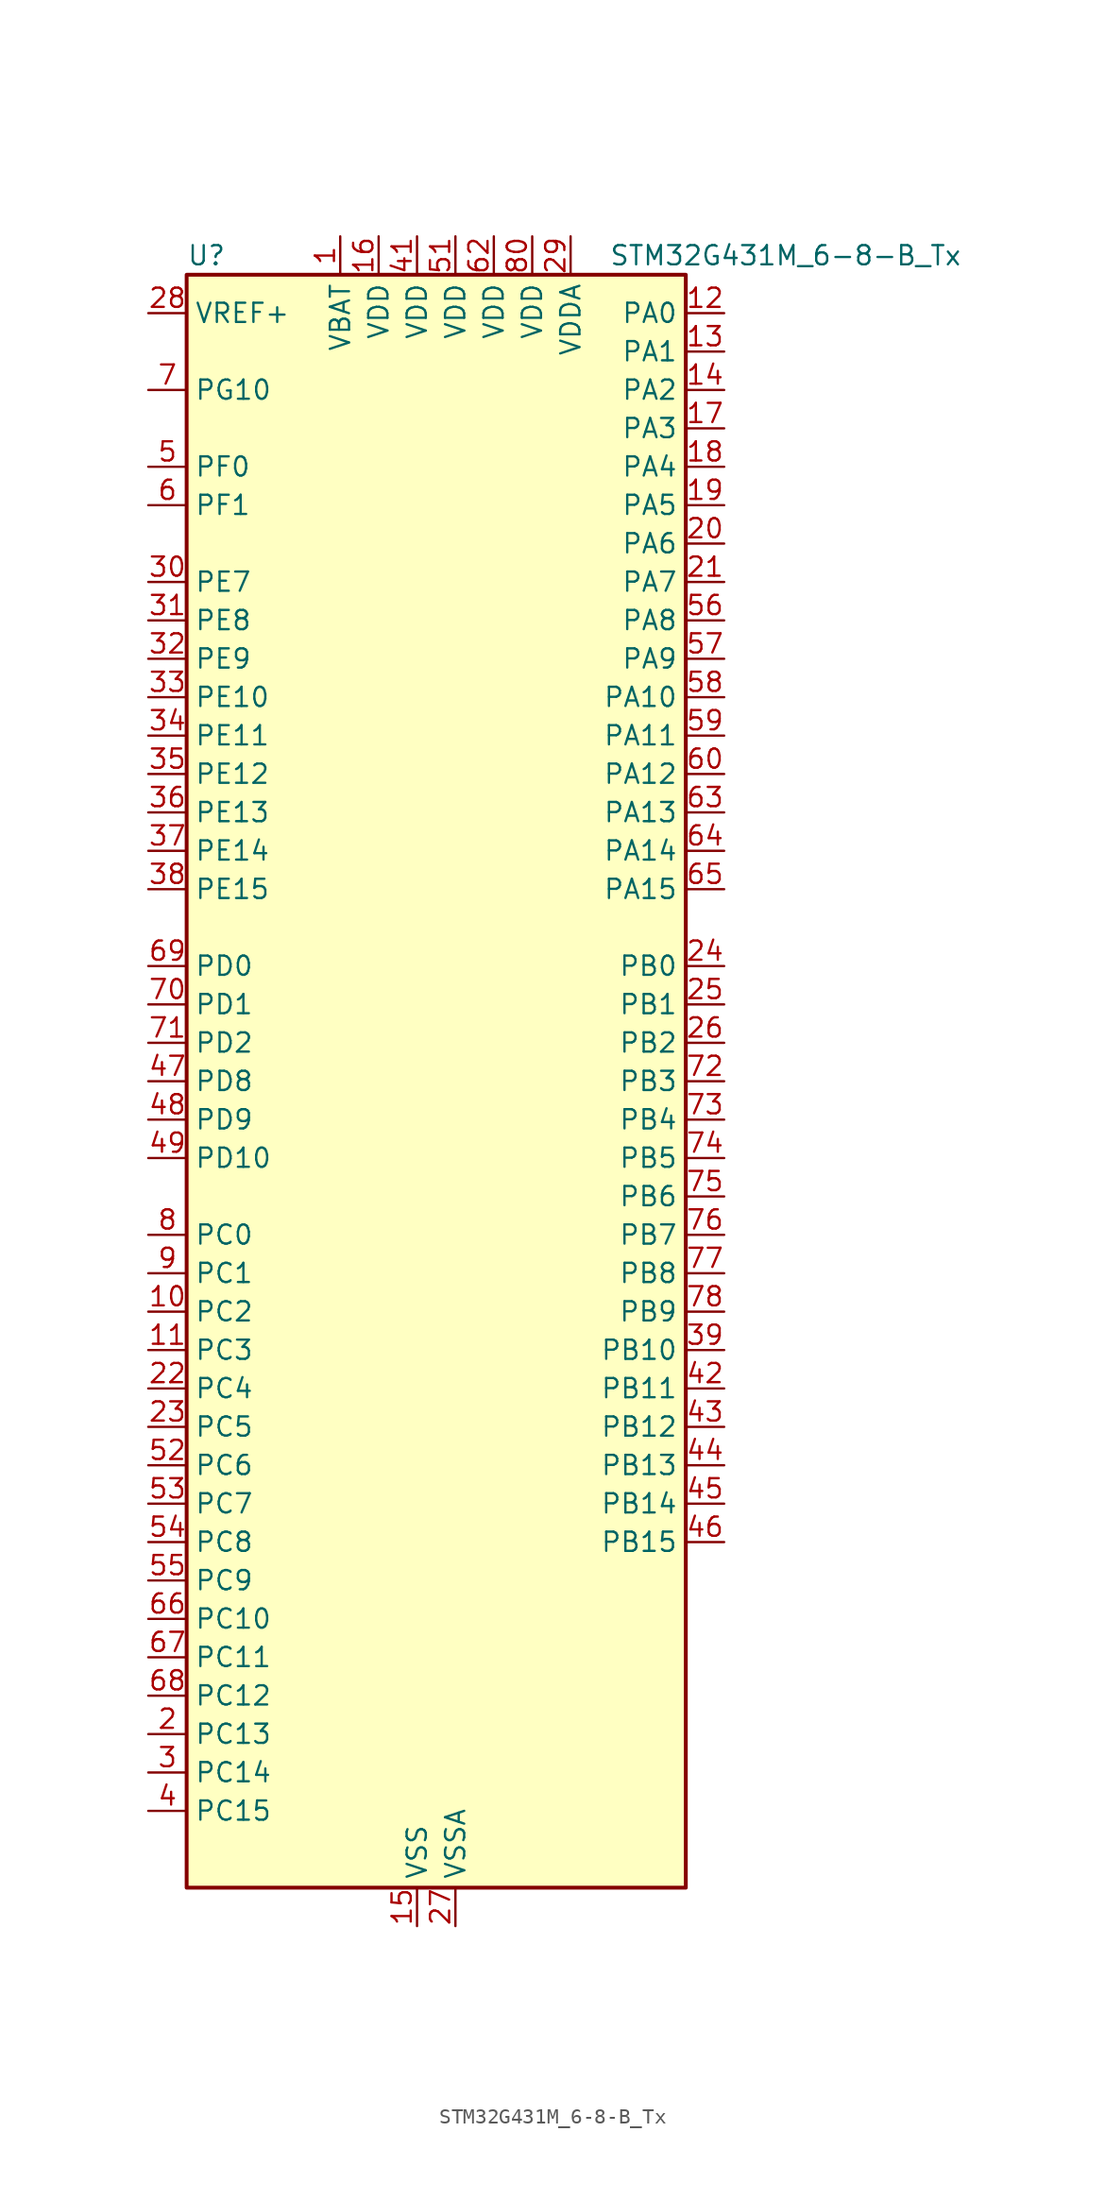
<source format=kicad_sym>
(kicad_symbol_lib
  (version 20220914)
  (generator kicad_symbol_editor)
  (symbol "STM32G431M_6-8-B_Tx"
    (property "Reference" "U"
      (at -15.24 54.61 0)
      (effects (font (size 1.27 1.27)) (justify left)))
    (property "Value" "STM32G431M_6-8-B_Tx"
      (at 12.7 54.61 0)
      (effects (font (size 1.27 1.27)) (justify left)))
    (property "ki_locked" ""
      (at 0 0 0)
      (effects (font (size 1.27 1.27))))
    (symbol "STM32G431M_6-8-B_Tx_0_1"
      (rectangle (start -15.24 -53.34) (end 17.78 53.34) (stroke (width 0.254) (type default)) (fill (type background))))
    (symbol "STM32G431M_6-8-B_Tx_1_1"
      (pin power_in line (at -5.08 55.88 270) (length 2.54) (name "VBAT" (effects (font (size 1.27 1.27)))) (number "1" (effects (font (size 1.27 1.27)))))
      (pin bidirectional line (at -17.78 -15.24 0) (length 2.54) (name "PC2" (effects (font (size 1.27 1.27)))) (number "10" (effects (font (size 1.27 1.27)))) (alternate "ADC1_IN8" bidirectional line) (alternate "ADC2_IN8" bidirectional line) (alternate "COMP3_OUT" bidirectional line) (alternate "LPTIM1_IN2" bidirectional line) (alternate "TIM1_CH3" bidirectional line))
      (pin bidirectional line (at -17.78 -17.78 0) (length 2.54) (name "PC3" (effects (font (size 1.27 1.27)))) (number "11" (effects (font (size 1.27 1.27)))) (alternate "ADC1_IN9" bidirectional line) (alternate "ADC2_IN9" bidirectional line) (alternate "LPTIM1_ETR" bidirectional line) (alternate "SAI1_D1" bidirectional line) (alternate "SAI1_SD_A" bidirectional line) (alternate "TIM1_BKIN2" bidirectional line) (alternate "TIM1_CH4" bidirectional line))
      (pin bidirectional line (at 20.32 50.8 180) (length 2.54) (name "PA0" (effects (font (size 1.27 1.27)))) (number "12" (effects (font (size 1.27 1.27)))) (alternate "ADC1_IN1" bidirectional line) (alternate "ADC2_IN1" bidirectional line) (alternate "COMP1_INM" bidirectional line) (alternate "COMP1_OUT" bidirectional line) (alternate "COMP3_INP" bidirectional line) (alternate "RTC_TAMP2" bidirectional line) (alternate "SYS_WKUP1" bidirectional line) (alternate "TIM2_CH1" bidirectional line) (alternate "TIM2_ETR" bidirectional line) (alternate "TIM8_BKIN" bidirectional line) (alternate "TIM8_ETR" bidirectional line) (alternate "USART2_CTS" bidirectional line) (alternate "USART2_NSS" bidirectional line))
      (pin bidirectional line (at 20.32 48.26 180) (length 2.54) (name "PA1" (effects (font (size 1.27 1.27)))) (number "13" (effects (font (size 1.27 1.27)))) (alternate "ADC1_IN2" bidirectional line) (alternate "ADC2_IN2" bidirectional line) (alternate "COMP1_INP" bidirectional line) (alternate "OPAMP1_VINP" bidirectional line) (alternate "OPAMP1_VINP_SEC" bidirectional line) (alternate "OPAMP3_VINP" bidirectional line) (alternate "OPAMP3_VINP_SEC" bidirectional line) (alternate "RTC_REFIN" bidirectional line) (alternate "TIM15_CH1N" bidirectional line) (alternate "TIM2_CH2" bidirectional line) (alternate "USART2_DE" bidirectional line) (alternate "USART2_RTS" bidirectional line))
      (pin bidirectional line (at 20.32 45.72 180) (length 2.54) (name "PA2" (effects (font (size 1.27 1.27)))) (number "14" (effects (font (size 1.27 1.27)))) (alternate "ADC1_IN3" bidirectional line) (alternate "COMP2_INM" bidirectional line) (alternate "COMP2_OUT" bidirectional line) (alternate "LPUART1_TX" bidirectional line) (alternate "OPAMP1_VOUT" bidirectional line) (alternate "RCC_LSCO" bidirectional line) (alternate "SYS_WKUP4" bidirectional line) (alternate "TIM15_CH1" bidirectional line) (alternate "TIM2_CH3" bidirectional line) (alternate "UCPD1_FRSTX1" bidirectional line) (alternate "UCPD1_FRSTX2" bidirectional line) (alternate "USART2_TX" bidirectional line))
      (pin power_in line (at 0 -55.88 90) (length 2.54) (name "VSS" (effects (font (size 1.27 1.27)))) (number "15" (effects (font (size 1.27 1.27)))))
      (pin power_in line (at -2.54 55.88 270) (length 2.54) (name "VDD" (effects (font (size 1.27 1.27)))) (number "16" (effects (font (size 1.27 1.27)))))
      (pin bidirectional line (at 20.32 43.18 180) (length 2.54) (name "PA3" (effects (font (size 1.27 1.27)))) (number "17" (effects (font (size 1.27 1.27)))) (alternate "ADC1_IN4" bidirectional line) (alternate "COMP2_INP" bidirectional line) (alternate "LPUART1_RX" bidirectional line) (alternate "OPAMP1_VINM" bidirectional line) (alternate "OPAMP1_VINM0" bidirectional line) (alternate "OPAMP1_VINM_SEC" bidirectional line) (alternate "OPAMP1_VINP" bidirectional line) (alternate "OPAMP1_VINP_SEC" bidirectional line) (alternate "SAI1_CK1" bidirectional line) (alternate "SAI1_MCLK_A" bidirectional line) (alternate "TIM15_CH2" bidirectional line) (alternate "TIM2_CH4" bidirectional line) (alternate "USART2_RX" bidirectional line))
      (pin bidirectional line (at 20.32 40.64 180) (length 2.54) (name "PA4" (effects (font (size 1.27 1.27)))) (number "18" (effects (font (size 1.27 1.27)))) (alternate "ADC2_IN17" bidirectional line) (alternate "COMP1_INM" bidirectional line) (alternate "DAC1_OUT1" bidirectional line) (alternate "I2S3_WS" bidirectional line) (alternate "SAI1_FS_B" bidirectional line) (alternate "SPI1_NSS" bidirectional line) (alternate "SPI3_NSS" bidirectional line) (alternate "TIM3_CH2" bidirectional line) (alternate "USART2_CK" bidirectional line))
      (pin bidirectional line (at 20.32 38.1 180) (length 2.54) (name "PA5" (effects (font (size 1.27 1.27)))) (number "19" (effects (font (size 1.27 1.27)))) (alternate "ADC2_IN13" bidirectional line) (alternate "COMP2_INM" bidirectional line) (alternate "DAC1_OUT2" bidirectional line) (alternate "OPAMP2_VINM" bidirectional line) (alternate "OPAMP2_VINM0" bidirectional line) (alternate "OPAMP2_VINM_SEC" bidirectional line) (alternate "SPI1_SCK" bidirectional line) (alternate "TIM2_CH1" bidirectional line) (alternate "TIM2_ETR" bidirectional line) (alternate "UCPD1_FRSTX1" bidirectional line) (alternate "UCPD1_FRSTX2" bidirectional line))
      (pin bidirectional line (at -17.78 -43.18 0) (length 2.54) (name "PC13" (effects (font (size 1.27 1.27)))) (number "2" (effects (font (size 1.27 1.27)))) (alternate "RTC_OUT1" bidirectional line) (alternate "RTC_TAMP1" bidirectional line) (alternate "RTC_TS" bidirectional line) (alternate "SYS_WKUP2" bidirectional line) (alternate "TIM1_BKIN" bidirectional line) (alternate "TIM1_CH1N" bidirectional line) (alternate "TIM8_CH4N" bidirectional line))
      (pin bidirectional line (at 20.32 35.56 180) (length 2.54) (name "PA6" (effects (font (size 1.27 1.27)))) (number "20" (effects (font (size 1.27 1.27)))) (alternate "ADC2_IN3" bidirectional line) (alternate "COMP1_OUT" bidirectional line) (alternate "LPUART1_CTS" bidirectional line) (alternate "OPAMP2_VOUT" bidirectional line) (alternate "SPI1_MISO" bidirectional line) (alternate "TIM16_CH1" bidirectional line) (alternate "TIM1_BKIN" bidirectional line) (alternate "TIM3_CH1" bidirectional line) (alternate "TIM8_BKIN" bidirectional line))
      (pin bidirectional line (at 20.32 33.02 180) (length 2.54) (name "PA7" (effects (font (size 1.27 1.27)))) (number "21" (effects (font (size 1.27 1.27)))) (alternate "ADC2_IN4" bidirectional line) (alternate "COMP2_INP" bidirectional line) (alternate "COMP2_OUT" bidirectional line) (alternate "OPAMP1_VINP" bidirectional line) (alternate "OPAMP1_VINP_SEC" bidirectional line) (alternate "OPAMP2_VINP" bidirectional line) (alternate "OPAMP2_VINP_SEC" bidirectional line) (alternate "SPI1_MOSI" bidirectional line) (alternate "TIM17_CH1" bidirectional line) (alternate "TIM1_CH1N" bidirectional line) (alternate "TIM3_CH2" bidirectional line) (alternate "TIM8_CH1N" bidirectional line) (alternate "UCPD1_FRSTX1" bidirectional line) (alternate "UCPD1_FRSTX2" bidirectional line))
      (pin bidirectional line (at -17.78 -20.32 0) (length 2.54) (name "PC4" (effects (font (size 1.27 1.27)))) (number "22" (effects (font (size 1.27 1.27)))) (alternate "ADC2_IN5" bidirectional line) (alternate "I2C2_SCL" bidirectional line) (alternate "TIM1_ETR" bidirectional line) (alternate "USART1_TX" bidirectional line))
      (pin bidirectional line (at -17.78 -22.86 0) (length 2.54) (name "PC5" (effects (font (size 1.27 1.27)))) (number "23" (effects (font (size 1.27 1.27)))) (alternate "ADC2_IN11" bidirectional line) (alternate "OPAMP1_VINM" bidirectional line) (alternate "OPAMP1_VINM1" bidirectional line) (alternate "OPAMP1_VINM_SEC" bidirectional line) (alternate "OPAMP2_VINM" bidirectional line) (alternate "OPAMP2_VINM1" bidirectional line) (alternate "OPAMP2_VINM_SEC" bidirectional line) (alternate "SAI1_D3" bidirectional line) (alternate "SYS_WKUP5" bidirectional line) (alternate "TIM15_BKIN" bidirectional line) (alternate "TIM1_CH4N" bidirectional line) (alternate "USART1_RX" bidirectional line))
      (pin bidirectional line (at 20.32 7.62 180) (length 2.54) (name "PB0" (effects (font (size 1.27 1.27)))) (number "24" (effects (font (size 1.27 1.27)))) (alternate "ADC1_IN15" bidirectional line) (alternate "COMP4_INP" bidirectional line) (alternate "OPAMP2_VINP" bidirectional line) (alternate "OPAMP2_VINP_SEC" bidirectional line) (alternate "OPAMP3_VINP" bidirectional line) (alternate "OPAMP3_VINP_SEC" bidirectional line) (alternate "TIM1_CH2N" bidirectional line) (alternate "TIM3_CH3" bidirectional line) (alternate "TIM8_CH2N" bidirectional line) (alternate "UCPD1_FRSTX1" bidirectional line) (alternate "UCPD1_FRSTX2" bidirectional line))
      (pin bidirectional line (at 20.32 5.08 180) (length 2.54) (name "PB1" (effects (font (size 1.27 1.27)))) (number "25" (effects (font (size 1.27 1.27)))) (alternate "ADC1_IN12" bidirectional line) (alternate "COMP1_INP" bidirectional line) (alternate "COMP4_OUT" bidirectional line) (alternate "LPUART1_DE" bidirectional line) (alternate "LPUART1_RTS" bidirectional line) (alternate "OPAMP3_VOUT" bidirectional line) (alternate "TIM1_CH3N" bidirectional line) (alternate "TIM3_CH4" bidirectional line) (alternate "TIM8_CH3N" bidirectional line))
      (pin bidirectional line (at 20.32 2.54 180) (length 2.54) (name "PB2" (effects (font (size 1.27 1.27)))) (number "26" (effects (font (size 1.27 1.27)))) (alternate "ADC2_IN12" bidirectional line) (alternate "COMP4_INM" bidirectional line) (alternate "I2C3_SMBA" bidirectional line) (alternate "LPTIM1_OUT" bidirectional line) (alternate "OPAMP3_VINM" bidirectional line) (alternate "OPAMP3_VINM0" bidirectional line) (alternate "OPAMP3_VINM_SEC" bidirectional line) (alternate "RTC_OUT2" bidirectional line))
      (pin power_in line (at 2.54 -55.88 90) (length 2.54) (name "VSSA" (effects (font (size 1.27 1.27)))) (number "27" (effects (font (size 1.27 1.27)))))
      (pin input line (at -17.78 50.8 0) (length 2.54) (name "VREF+" (effects (font (size 1.27 1.27)))) (number "28" (effects (font (size 1.27 1.27)))) (alternate "VREFBUF_OUT" bidirectional line))
      (pin power_in line (at 10.16 55.88 270) (length 2.54) (name "VDDA" (effects (font (size 1.27 1.27)))) (number "29" (effects (font (size 1.27 1.27)))))
      (pin bidirectional line (at -17.78 -45.72 0) (length 2.54) (name "PC14" (effects (font (size 1.27 1.27)))) (number "3" (effects (font (size 1.27 1.27)))) (alternate "RCC_OSC32_IN" bidirectional line))
      (pin bidirectional line (at -17.78 33.02 0) (length 2.54) (name "PE7" (effects (font (size 1.27 1.27)))) (number "30" (effects (font (size 1.27 1.27)))) (alternate "COMP4_INP" bidirectional line) (alternate "SAI1_SD_B" bidirectional line) (alternate "TIM1_ETR" bidirectional line))
      (pin bidirectional line (at -17.78 30.48 0) (length 2.54) (name "PE8" (effects (font (size 1.27 1.27)))) (number "31" (effects (font (size 1.27 1.27)))) (alternate "COMP4_INM" bidirectional line) (alternate "SAI1_SCK_B" bidirectional line) (alternate "TIM1_CH1N" bidirectional line))
      (pin bidirectional line (at -17.78 27.94 0) (length 2.54) (name "PE9" (effects (font (size 1.27 1.27)))) (number "32" (effects (font (size 1.27 1.27)))) (alternate "DAC1_EXTI9" bidirectional line) (alternate "DAC3_EXTI9" bidirectional line) (alternate "SAI1_FS_B" bidirectional line) (alternate "TIM1_CH1" bidirectional line))
      (pin bidirectional line (at -17.78 25.4 0) (length 2.54) (name "PE10" (effects (font (size 1.27 1.27)))) (number "33" (effects (font (size 1.27 1.27)))) (alternate "DAC1_EXTI10" bidirectional line) (alternate "DAC3_EXTI10" bidirectional line) (alternate "SAI1_MCLK_B" bidirectional line) (alternate "TIM1_CH2N" bidirectional line))
      (pin bidirectional line (at -17.78 22.86 0) (length 2.54) (name "PE11" (effects (font (size 1.27 1.27)))) (number "34" (effects (font (size 1.27 1.27)))) (alternate "ADC1_EXTI11" bidirectional line) (alternate "ADC2_EXTI11" bidirectional line) (alternate "TIM1_CH2" bidirectional line))
      (pin bidirectional line (at -17.78 20.32 0) (length 2.54) (name "PE12" (effects (font (size 1.27 1.27)))) (number "35" (effects (font (size 1.27 1.27)))) (alternate "TIM1_CH3N" bidirectional line))
      (pin bidirectional line (at -17.78 17.78 0) (length 2.54) (name "PE13" (effects (font (size 1.27 1.27)))) (number "36" (effects (font (size 1.27 1.27)))) (alternate "TIM1_CH3" bidirectional line))
      (pin bidirectional line (at -17.78 15.24 0) (length 2.54) (name "PE14" (effects (font (size 1.27 1.27)))) (number "37" (effects (font (size 1.27 1.27)))) (alternate "TIM1_BKIN2" bidirectional line) (alternate "TIM1_CH4" bidirectional line))
      (pin bidirectional line (at -17.78 12.7 0) (length 2.54) (name "PE15" (effects (font (size 1.27 1.27)))) (number "38" (effects (font (size 1.27 1.27)))) (alternate "ADC1_EXTI15" bidirectional line) (alternate "ADC2_EXTI15" bidirectional line) (alternate "TIM1_BKIN" bidirectional line) (alternate "TIM1_CH4N" bidirectional line) (alternate "USART3_RX" bidirectional line))
      (pin bidirectional line (at 20.32 -17.78 180) (length 2.54) (name "PB10" (effects (font (size 1.27 1.27)))) (number "39" (effects (font (size 1.27 1.27)))) (alternate "DAC1_EXTI10" bidirectional line) (alternate "DAC3_EXTI10" bidirectional line) (alternate "LPUART1_RX" bidirectional line) (alternate "OPAMP3_VINM" bidirectional line) (alternate "OPAMP3_VINM1" bidirectional line) (alternate "OPAMP3_VINM_SEC" bidirectional line) (alternate "SAI1_SCK_A" bidirectional line) (alternate "TIM1_BKIN" bidirectional line) (alternate "TIM2_CH3" bidirectional line) (alternate "USART3_TX" bidirectional line))
      (pin bidirectional line (at -17.78 -48.26 0) (length 2.54) (name "PC15" (effects (font (size 1.27 1.27)))) (number "4" (effects (font (size 1.27 1.27)))) (alternate "ADC1_EXTI15" bidirectional line) (alternate "ADC2_EXTI15" bidirectional line) (alternate "RCC_OSC32_OUT" bidirectional line))
      (pin passive line (at 0 -55.88 90) (length 2.54) hide (name "VSS" (effects (font (size 1.27 1.27)))) (number "40" (effects (font (size 1.27 1.27)))))
      (pin power_in line (at 0 55.88 270) (length 2.54) (name "VDD" (effects (font (size 1.27 1.27)))) (number "41" (effects (font (size 1.27 1.27)))))
      (pin bidirectional line (at 20.32 -20.32 180) (length 2.54) (name "PB11" (effects (font (size 1.27 1.27)))) (number "42" (effects (font (size 1.27 1.27)))) (alternate "ADC1_EXTI11" bidirectional line) (alternate "ADC1_IN14" bidirectional line) (alternate "ADC2_EXTI11" bidirectional line) (alternate "ADC2_IN14" bidirectional line) (alternate "LPUART1_TX" bidirectional line) (alternate "TIM2_CH4" bidirectional line) (alternate "USART3_RX" bidirectional line))
      (pin bidirectional line (at 20.32 -22.86 180) (length 2.54) (name "PB12" (effects (font (size 1.27 1.27)))) (number "43" (effects (font (size 1.27 1.27)))) (alternate "ADC1_IN11" bidirectional line) (alternate "I2C2_SMBA" bidirectional line) (alternate "I2S2_WS" bidirectional line) (alternate "LPUART1_DE" bidirectional line) (alternate "LPUART1_RTS" bidirectional line) (alternate "SPI2_NSS" bidirectional line) (alternate "TIM1_BKIN" bidirectional line) (alternate "USART3_CK" bidirectional line))
      (pin bidirectional line (at 20.32 -25.4 180) (length 2.54) (name "PB13" (effects (font (size 1.27 1.27)))) (number "44" (effects (font (size 1.27 1.27)))) (alternate "I2S2_CK" bidirectional line) (alternate "LPUART1_CTS" bidirectional line) (alternate "OPAMP3_VINP" bidirectional line) (alternate "OPAMP3_VINP_SEC" bidirectional line) (alternate "SPI2_SCK" bidirectional line) (alternate "TIM1_CH1N" bidirectional line) (alternate "USART3_CTS" bidirectional line) (alternate "USART3_NSS" bidirectional line))
      (pin bidirectional line (at 20.32 -27.94 180) (length 2.54) (name "PB14" (effects (font (size 1.27 1.27)))) (number "45" (effects (font (size 1.27 1.27)))) (alternate "ADC1_IN5" bidirectional line) (alternate "COMP4_OUT" bidirectional line) (alternate "OPAMP2_VINP" bidirectional line) (alternate "OPAMP2_VINP_SEC" bidirectional line) (alternate "SPI2_MISO" bidirectional line) (alternate "TIM15_CH1" bidirectional line) (alternate "TIM1_CH2N" bidirectional line) (alternate "USART3_DE" bidirectional line) (alternate "USART3_RTS" bidirectional line))
      (pin bidirectional line (at 20.32 -30.48 180) (length 2.54) (name "PB15" (effects (font (size 1.27 1.27)))) (number "46" (effects (font (size 1.27 1.27)))) (alternate "ADC1_EXTI15" bidirectional line) (alternate "ADC2_EXTI15" bidirectional line) (alternate "ADC2_IN15" bidirectional line) (alternate "COMP3_OUT" bidirectional line) (alternate "I2S2_SD" bidirectional line) (alternate "RTC_REFIN" bidirectional line) (alternate "SPI2_MOSI" bidirectional line) (alternate "TIM15_CH1N" bidirectional line) (alternate "TIM15_CH2" bidirectional line) (alternate "TIM1_CH3N" bidirectional line))
      (pin bidirectional line (at -17.78 0 0) (length 2.54) (name "PD8" (effects (font (size 1.27 1.27)))) (number "47" (effects (font (size 1.27 1.27)))) (alternate "USART3_TX" bidirectional line))
      (pin bidirectional line (at -17.78 -2.54 0) (length 2.54) (name "PD9" (effects (font (size 1.27 1.27)))) (number "48" (effects (font (size 1.27 1.27)))) (alternate "DAC1_EXTI9" bidirectional line) (alternate "DAC3_EXTI9" bidirectional line) (alternate "USART3_RX" bidirectional line))
      (pin bidirectional line (at -17.78 -5.08 0) (length 2.54) (name "PD10" (effects (font (size 1.27 1.27)))) (number "49" (effects (font (size 1.27 1.27)))) (alternate "DAC1_EXTI10" bidirectional line) (alternate "DAC3_EXTI10" bidirectional line) (alternate "USART3_CK" bidirectional line))
      (pin bidirectional line (at -17.78 40.64 0) (length 2.54) (name "PF0" (effects (font (size 1.27 1.27)))) (number "5" (effects (font (size 1.27 1.27)))) (alternate "ADC1_IN10" bidirectional line) (alternate "I2C2_SDA" bidirectional line) (alternate "I2S2_WS" bidirectional line) (alternate "RCC_OSC_IN" bidirectional line) (alternate "SPI2_NSS" bidirectional line) (alternate "TIM1_CH3N" bidirectional line))
      (pin passive line (at 0 -55.88 90) (length 2.54) hide (name "VSS" (effects (font (size 1.27 1.27)))) (number "50" (effects (font (size 1.27 1.27)))))
      (pin power_in line (at 2.54 55.88 270) (length 2.54) (name "VDD" (effects (font (size 1.27 1.27)))) (number "51" (effects (font (size 1.27 1.27)))))
      (pin bidirectional line (at -17.78 -25.4 0) (length 2.54) (name "PC6" (effects (font (size 1.27 1.27)))) (number "52" (effects (font (size 1.27 1.27)))) (alternate "I2S2_MCK" bidirectional line) (alternate "TIM3_CH1" bidirectional line) (alternate "TIM8_CH1" bidirectional line))
      (pin bidirectional line (at -17.78 -27.94 0) (length 2.54) (name "PC7" (effects (font (size 1.27 1.27)))) (number "53" (effects (font (size 1.27 1.27)))) (alternate "I2S3_MCK" bidirectional line) (alternate "TIM3_CH2" bidirectional line) (alternate "TIM8_CH2" bidirectional line))
      (pin bidirectional line (at -17.78 -30.48 0) (length 2.54) (name "PC8" (effects (font (size 1.27 1.27)))) (number "54" (effects (font (size 1.27 1.27)))) (alternate "I2C3_SCL" bidirectional line) (alternate "TIM3_CH3" bidirectional line) (alternate "TIM8_CH3" bidirectional line))
      (pin bidirectional line (at -17.78 -33.02 0) (length 2.54) (name "PC9" (effects (font (size 1.27 1.27)))) (number "55" (effects (font (size 1.27 1.27)))) (alternate "DAC1_EXTI9" bidirectional line) (alternate "DAC3_EXTI9" bidirectional line) (alternate "I2C3_SDA" bidirectional line) (alternate "I2S_CKIN" bidirectional line) (alternate "TIM3_CH4" bidirectional line) (alternate "TIM8_BKIN2" bidirectional line) (alternate "TIM8_CH4" bidirectional line))
      (pin bidirectional line (at 20.32 30.48 180) (length 2.54) (name "PA8" (effects (font (size 1.27 1.27)))) (number "56" (effects (font (size 1.27 1.27)))) (alternate "I2C2_SDA" bidirectional line) (alternate "I2C3_SCL" bidirectional line) (alternate "I2S2_MCK" bidirectional line) (alternate "RCC_MCO" bidirectional line) (alternate "SAI1_CK2" bidirectional line) (alternate "SAI1_SCK_A" bidirectional line) (alternate "TIM1_CH1" bidirectional line) (alternate "TIM4_ETR" bidirectional line) (alternate "USART1_CK" bidirectional line))
      (pin bidirectional line (at 20.32 27.94 180) (length 2.54) (name "PA9" (effects (font (size 1.27 1.27)))) (number "57" (effects (font (size 1.27 1.27)))) (alternate "DAC1_EXTI9" bidirectional line) (alternate "DAC3_EXTI9" bidirectional line) (alternate "I2C2_SCL" bidirectional line) (alternate "I2C3_SMBA" bidirectional line) (alternate "I2S3_MCK" bidirectional line) (alternate "SAI1_FS_A" bidirectional line) (alternate "TIM15_BKIN" bidirectional line) (alternate "TIM1_CH2" bidirectional line) (alternate "TIM2_CH3" bidirectional line) (alternate "UCPD1_DBCC1" bidirectional line) (alternate "USART1_TX" bidirectional line))
      (pin bidirectional line (at 20.32 25.4 180) (length 2.54) (name "PA10" (effects (font (size 1.27 1.27)))) (number "58" (effects (font (size 1.27 1.27)))) (alternate "CRS_SYNC" bidirectional line) (alternate "DAC1_EXTI10" bidirectional line) (alternate "DAC3_EXTI10" bidirectional line) (alternate "I2C2_SMBA" bidirectional line) (alternate "SAI1_D1" bidirectional line) (alternate "SAI1_SD_A" bidirectional line) (alternate "SPI2_MISO" bidirectional line) (alternate "TIM17_BKIN" bidirectional line) (alternate "TIM1_CH3" bidirectional line) (alternate "TIM2_CH4" bidirectional line) (alternate "TIM8_BKIN" bidirectional line) (alternate "UCPD1_DBCC2" bidirectional line) (alternate "USART1_RX" bidirectional line))
      (pin bidirectional line (at 20.32 22.86 180) (length 2.54) (name "PA11" (effects (font (size 1.27 1.27)))) (number "59" (effects (font (size 1.27 1.27)))) (alternate "ADC1_EXTI11" bidirectional line) (alternate "ADC2_EXTI11" bidirectional line) (alternate "COMP1_OUT" bidirectional line) (alternate "FDCAN1_RX" bidirectional line) (alternate "I2S2_SD" bidirectional line) (alternate "SPI2_MOSI" bidirectional line) (alternate "TIM1_BKIN2" bidirectional line) (alternate "TIM1_CH1N" bidirectional line) (alternate "TIM1_CH4" bidirectional line) (alternate "TIM4_CH1" bidirectional line) (alternate "USART1_CTS" bidirectional line) (alternate "USART1_NSS" bidirectional line) (alternate "USB_DM" bidirectional line))
      (pin bidirectional line (at -17.78 38.1 0) (length 2.54) (name "PF1" (effects (font (size 1.27 1.27)))) (number "6" (effects (font (size 1.27 1.27)))) (alternate "ADC2_IN10" bidirectional line) (alternate "COMP3_INM" bidirectional line) (alternate "I2S2_CK" bidirectional line) (alternate "RCC_OSC_OUT" bidirectional line) (alternate "SPI2_SCK" bidirectional line))
      (pin bidirectional line (at 20.32 20.32 180) (length 2.54) (name "PA12" (effects (font (size 1.27 1.27)))) (number "60" (effects (font (size 1.27 1.27)))) (alternate "COMP2_OUT" bidirectional line) (alternate "FDCAN1_TX" bidirectional line) (alternate "I2S_CKIN" bidirectional line) (alternate "TIM16_CH1" bidirectional line) (alternate "TIM1_CH2N" bidirectional line) (alternate "TIM1_ETR" bidirectional line) (alternate "TIM4_CH2" bidirectional line) (alternate "USART1_DE" bidirectional line) (alternate "USART1_RTS" bidirectional line) (alternate "USB_DP" bidirectional line))
      (pin passive line (at 0 -55.88 90) (length 2.54) hide (name "VSS" (effects (font (size 1.27 1.27)))) (number "61" (effects (font (size 1.27 1.27)))))
      (pin power_in line (at 5.08 55.88 270) (length 2.54) (name "VDD" (effects (font (size 1.27 1.27)))) (number "62" (effects (font (size 1.27 1.27)))))
      (pin bidirectional line (at 20.32 17.78 180) (length 2.54) (name "PA13" (effects (font (size 1.27 1.27)))) (number "63" (effects (font (size 1.27 1.27)))) (alternate "I2C1_SCL" bidirectional line) (alternate "IR_OUT" bidirectional line) (alternate "SAI1_SD_B" bidirectional line) (alternate "SYS_JTMS-SWDIO" bidirectional line) (alternate "TIM16_CH1N" bidirectional line) (alternate "TIM4_CH3" bidirectional line) (alternate "USART3_CTS" bidirectional line) (alternate "USART3_NSS" bidirectional line))
      (pin bidirectional line (at 20.32 15.24 180) (length 2.54) (name "PA14" (effects (font (size 1.27 1.27)))) (number "64" (effects (font (size 1.27 1.27)))) (alternate "I2C1_SDA" bidirectional line) (alternate "LPTIM1_OUT" bidirectional line) (alternate "SAI1_FS_B" bidirectional line) (alternate "SYS_JTCK-SWCLK" bidirectional line) (alternate "TIM1_BKIN" bidirectional line) (alternate "TIM8_CH2" bidirectional line) (alternate "USART2_TX" bidirectional line))
      (pin bidirectional line (at 20.32 12.7 180) (length 2.54) (name "PA15" (effects (font (size 1.27 1.27)))) (number "65" (effects (font (size 1.27 1.27)))) (alternate "ADC1_EXTI15" bidirectional line) (alternate "ADC2_EXTI15" bidirectional line) (alternate "I2C1_SCL" bidirectional line) (alternate "I2S3_WS" bidirectional line) (alternate "SPI1_NSS" bidirectional line) (alternate "SPI3_NSS" bidirectional line) (alternate "SYS_JTDI" bidirectional line) (alternate "TIM1_BKIN" bidirectional line) (alternate "TIM2_CH1" bidirectional line) (alternate "TIM2_ETR" bidirectional line) (alternate "TIM8_CH1" bidirectional line) (alternate "UART4_DE" bidirectional line) (alternate "UART4_RTS" bidirectional line) (alternate "USART2_RX" bidirectional line))
      (pin bidirectional line (at -17.78 -35.56 0) (length 2.54) (name "PC10" (effects (font (size 1.27 1.27)))) (number "66" (effects (font (size 1.27 1.27)))) (alternate "DAC1_EXTI10" bidirectional line) (alternate "DAC3_EXTI10" bidirectional line) (alternate "I2S3_CK" bidirectional line) (alternate "SPI3_SCK" bidirectional line) (alternate "TIM8_CH1N" bidirectional line) (alternate "UART4_TX" bidirectional line) (alternate "USART3_TX" bidirectional line))
      (pin bidirectional line (at -17.78 -38.1 0) (length 2.54) (name "PC11" (effects (font (size 1.27 1.27)))) (number "67" (effects (font (size 1.27 1.27)))) (alternate "ADC1_EXTI11" bidirectional line) (alternate "ADC2_EXTI11" bidirectional line) (alternate "I2C3_SDA" bidirectional line) (alternate "SPI3_MISO" bidirectional line) (alternate "TIM8_CH2N" bidirectional line) (alternate "UART4_RX" bidirectional line) (alternate "USART3_RX" bidirectional line))
      (pin bidirectional line (at -17.78 -40.64 0) (length 2.54) (name "PC12" (effects (font (size 1.27 1.27)))) (number "68" (effects (font (size 1.27 1.27)))) (alternate "I2S3_SD" bidirectional line) (alternate "SPI3_MOSI" bidirectional line) (alternate "TIM8_CH3N" bidirectional line) (alternate "UCPD1_FRSTX1" bidirectional line) (alternate "UCPD1_FRSTX2" bidirectional line) (alternate "USART3_CK" bidirectional line))
      (pin bidirectional line (at -17.78 7.62 0) (length 2.54) (name "PD0" (effects (font (size 1.27 1.27)))) (number "69" (effects (font (size 1.27 1.27)))) (alternate "FDCAN1_RX" bidirectional line) (alternate "TIM8_CH4N" bidirectional line))
      (pin bidirectional line (at -17.78 45.72 0) (length 2.54) (name "PG10" (effects (font (size 1.27 1.27)))) (number "7" (effects (font (size 1.27 1.27)))) (alternate "DAC1_EXTI10" bidirectional line) (alternate "DAC3_EXTI10" bidirectional line) (alternate "RCC_MCO" bidirectional line))
      (pin bidirectional line (at -17.78 5.08 0) (length 2.54) (name "PD1" (effects (font (size 1.27 1.27)))) (number "70" (effects (font (size 1.27 1.27)))) (alternate "FDCAN1_TX" bidirectional line) (alternate "TIM8_BKIN2" bidirectional line) (alternate "TIM8_CH4" bidirectional line))
      (pin bidirectional line (at -17.78 2.54 0) (length 2.54) (name "PD2" (effects (font (size 1.27 1.27)))) (number "71" (effects (font (size 1.27 1.27)))) (alternate "TIM3_ETR" bidirectional line) (alternate "TIM8_BKIN" bidirectional line))
      (pin bidirectional line (at 20.32 0 180) (length 2.54) (name "PB3" (effects (font (size 1.27 1.27)))) (number "72" (effects (font (size 1.27 1.27)))) (alternate "CRS_SYNC" bidirectional line) (alternate "I2S3_CK" bidirectional line) (alternate "SAI1_SCK_B" bidirectional line) (alternate "SPI1_SCK" bidirectional line) (alternate "SPI3_SCK" bidirectional line) (alternate "SYS_JTDO-SWO" bidirectional line) (alternate "TIM2_CH2" bidirectional line) (alternate "TIM3_ETR" bidirectional line) (alternate "TIM4_ETR" bidirectional line) (alternate "TIM8_CH1N" bidirectional line) (alternate "USART2_TX" bidirectional line))
      (pin bidirectional line (at 20.32 -2.54 180) (length 2.54) (name "PB4" (effects (font (size 1.27 1.27)))) (number "73" (effects (font (size 1.27 1.27)))) (alternate "SAI1_MCLK_B" bidirectional line) (alternate "SPI1_MISO" bidirectional line) (alternate "SPI3_MISO" bidirectional line) (alternate "SYS_JTRST" bidirectional line) (alternate "TIM16_CH1" bidirectional line) (alternate "TIM17_BKIN" bidirectional line) (alternate "TIM3_CH1" bidirectional line) (alternate "TIM8_CH2N" bidirectional line) (alternate "UCPD1_CC2" bidirectional line) (alternate "USART2_RX" bidirectional line))
      (pin bidirectional line (at 20.32 -5.08 180) (length 2.54) (name "PB5" (effects (font (size 1.27 1.27)))) (number "74" (effects (font (size 1.27 1.27)))) (alternate "I2C1_SMBA" bidirectional line) (alternate "I2C3_SDA" bidirectional line) (alternate "I2S3_SD" bidirectional line) (alternate "LPTIM1_IN1" bidirectional line) (alternate "SAI1_SD_B" bidirectional line) (alternate "SPI1_MOSI" bidirectional line) (alternate "SPI3_MOSI" bidirectional line) (alternate "TIM16_BKIN" bidirectional line) (alternate "TIM17_CH1" bidirectional line) (alternate "TIM3_CH2" bidirectional line) (alternate "TIM8_CH3N" bidirectional line) (alternate "USART2_CK" bidirectional line))
      (pin bidirectional line (at 20.32 -7.62 180) (length 2.54) (name "PB6" (effects (font (size 1.27 1.27)))) (number "75" (effects (font (size 1.27 1.27)))) (alternate "COMP4_OUT" bidirectional line) (alternate "LPTIM1_ETR" bidirectional line) (alternate "SAI1_FS_B" bidirectional line) (alternate "TIM16_CH1N" bidirectional line) (alternate "TIM4_CH1" bidirectional line) (alternate "TIM8_BKIN2" bidirectional line) (alternate "TIM8_CH1" bidirectional line) (alternate "TIM8_ETR" bidirectional line) (alternate "UCPD1_CC1" bidirectional line) (alternate "USART1_TX" bidirectional line))
      (pin bidirectional line (at 20.32 -10.16 180) (length 2.54) (name "PB7" (effects (font (size 1.27 1.27)))) (number "76" (effects (font (size 1.27 1.27)))) (alternate "COMP3_OUT" bidirectional line) (alternate "I2C1_SDA" bidirectional line) (alternate "LPTIM1_IN2" bidirectional line) (alternate "SYS_PVD_IN" bidirectional line) (alternate "TIM17_CH1N" bidirectional line) (alternate "TIM3_CH4" bidirectional line) (alternate "TIM4_CH2" bidirectional line) (alternate "TIM8_BKIN" bidirectional line) (alternate "UART4_CTS" bidirectional line) (alternate "USART1_RX" bidirectional line))
      (pin bidirectional line (at 20.32 -12.7 180) (length 2.54) (name "PB8" (effects (font (size 1.27 1.27)))) (number "77" (effects (font (size 1.27 1.27)))) (alternate "COMP1_OUT" bidirectional line) (alternate "FDCAN1_RX" bidirectional line) (alternate "I2C1_SCL" bidirectional line) (alternate "SAI1_CK1" bidirectional line) (alternate "SAI1_MCLK_A" bidirectional line) (alternate "TIM16_CH1" bidirectional line) (alternate "TIM1_BKIN" bidirectional line) (alternate "TIM4_CH3" bidirectional line) (alternate "TIM8_CH2" bidirectional line) (alternate "USART3_RX" bidirectional line))
      (pin bidirectional line (at 20.32 -15.24 180) (length 2.54) (name "PB9" (effects (font (size 1.27 1.27)))) (number "78" (effects (font (size 1.27 1.27)))) (alternate "COMP2_OUT" bidirectional line) (alternate "DAC1_EXTI9" bidirectional line) (alternate "DAC3_EXTI9" bidirectional line) (alternate "FDCAN1_TX" bidirectional line) (alternate "I2C1_SDA" bidirectional line) (alternate "IR_OUT" bidirectional line) (alternate "SAI1_D2" bidirectional line) (alternate "SAI1_FS_A" bidirectional line) (alternate "TIM17_CH1" bidirectional line) (alternate "TIM1_CH3N" bidirectional line) (alternate "TIM4_CH4" bidirectional line) (alternate "TIM8_CH3" bidirectional line) (alternate "USART3_TX" bidirectional line))
      (pin passive line (at 0 -55.88 90) (length 2.54) hide (name "VSS" (effects (font (size 1.27 1.27)))) (number "79" (effects (font (size 1.27 1.27)))))
      (pin bidirectional line (at -17.78 -10.16 0) (length 2.54) (name "PC0" (effects (font (size 1.27 1.27)))) (number "8" (effects (font (size 1.27 1.27)))) (alternate "ADC1_IN6" bidirectional line) (alternate "ADC2_IN6" bidirectional line) (alternate "COMP3_INM" bidirectional line) (alternate "LPTIM1_IN1" bidirectional line) (alternate "LPUART1_RX" bidirectional line) (alternate "TIM1_CH1" bidirectional line))
      (pin power_in line (at 7.62 55.88 270) (length 2.54) (name "VDD" (effects (font (size 1.27 1.27)))) (number "80" (effects (font (size 1.27 1.27)))))
      (pin bidirectional line (at -17.78 -12.7 0) (length 2.54) (name "PC1" (effects (font (size 1.27 1.27)))) (number "9" (effects (font (size 1.27 1.27)))) (alternate "ADC1_IN7" bidirectional line) (alternate "ADC2_IN7" bidirectional line) (alternate "COMP3_INP" bidirectional line) (alternate "LPTIM1_OUT" bidirectional line) (alternate "LPUART1_TX" bidirectional line) (alternate "SAI1_SD_A" bidirectional line) (alternate "TIM1_CH2" bidirectional line)))))
</source>
